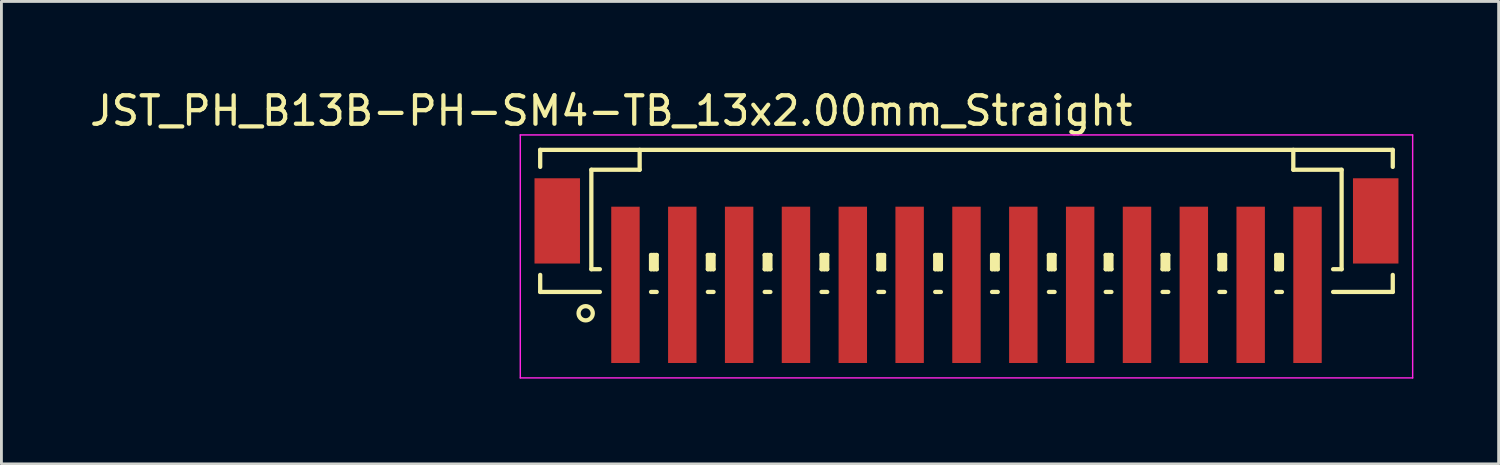
<source format=kicad_pcb>
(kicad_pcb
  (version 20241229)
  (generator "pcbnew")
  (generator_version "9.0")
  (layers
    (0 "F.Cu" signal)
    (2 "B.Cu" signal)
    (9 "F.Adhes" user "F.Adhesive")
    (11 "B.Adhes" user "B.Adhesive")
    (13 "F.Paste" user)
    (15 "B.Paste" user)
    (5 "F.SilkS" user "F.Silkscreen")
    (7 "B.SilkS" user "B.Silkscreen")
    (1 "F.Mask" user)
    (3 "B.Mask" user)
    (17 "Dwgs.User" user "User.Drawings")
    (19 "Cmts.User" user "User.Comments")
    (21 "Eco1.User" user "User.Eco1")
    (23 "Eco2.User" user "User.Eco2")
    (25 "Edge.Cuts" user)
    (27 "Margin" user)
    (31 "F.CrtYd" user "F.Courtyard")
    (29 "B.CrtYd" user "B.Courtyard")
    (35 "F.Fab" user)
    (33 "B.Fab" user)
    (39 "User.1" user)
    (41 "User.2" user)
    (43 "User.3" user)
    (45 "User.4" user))
  (footprint "JST_PH_B13B-PH-SM4-TB_13x2.00mm_Straight"
    (layer "F.Cu")
    (at 30.958 5.848)
    (property "Reference" "JST_PH_B13B-PH-SM4-TB_13x2.00mm_Straight" (at -12.5 -5 0) (layer "F.SilkS") (effects (font (size 1 1) (thickness 0.15))))
    (attr smd)
    (fp_line (start -15 -3.625) (end 15 -3.625) (stroke (width 0.15) (type solid)) (layer "F.SilkS"))
    (fp_line (start -15 -3.025) (end -15 -3.625) (stroke (width 0.15) (type solid)) (layer "F.SilkS"))
    (fp_line (start -15 0.775) (end -15 1.375) (stroke (width 0.15) (type solid)) (layer "F.SilkS"))
    (fp_line (start -15 1.375) (end -12.9 1.375) (stroke (width 0.15) (type solid)) (layer "F.SilkS"))
    (fp_line (start -13.2 -2.925) (end -13.2 0.575) (stroke (width 0.15) (type solid)) (layer "F.SilkS"))
    (fp_line (start -13.2 0.575) (end -12.9 0.575) (stroke (width 0.15) (type solid)) (layer "F.SilkS"))
    (fp_line (start -11.5 -3.625) (end -11.5 -2.925) (stroke (width 0.15) (type solid)) (layer "F.SilkS"))
    (fp_line (start -11.5 -2.925) (end -13.2 -2.925) (stroke (width 0.15) (type solid)) (layer "F.SilkS"))
    (fp_line (start -11.1 0.075) (end -10.9 0.075) (stroke (width 0.15) (type solid)) (layer "F.SilkS"))
    (fp_line (start -11.1 0.575) (end -11.1 0.075) (stroke (width 0.15) (type solid)) (layer "F.SilkS"))
    (fp_line (start -11.1 0.575) (end -10.9 0.575) (stroke (width 0.15) (type solid)) (layer "F.SilkS"))
    (fp_line (start -11.1 1.375) (end -10.9 1.375) (stroke (width 0.15) (type solid)) (layer "F.SilkS"))
    (fp_line (start -11 0.575) (end -11 0.075) (stroke (width 0.15) (type solid)) (layer "F.SilkS"))
    (fp_line (start -10.9 0.075) (end -10.9 0.575) (stroke (width 0.15) (type solid)) (layer "F.SilkS"))
    (fp_line (start -9.1 0.075) (end -8.9 0.075) (stroke (width 0.15) (type solid)) (layer "F.SilkS"))
    (fp_line (start -9.1 0.575) (end -9.1 0.075) (stroke (width 0.15) (type solid)) (layer "F.SilkS"))
    (fp_line (start -9.1 0.575) (end -8.9 0.575) (stroke (width 0.15) (type solid)) (layer "F.SilkS"))
    (fp_line (start -9.1 1.375) (end -8.9 1.375) (stroke (width 0.15) (type solid)) (layer "F.SilkS"))
    (fp_line (start -9 0.575) (end -9 0.075) (stroke (width 0.15) (type solid)) (layer "F.SilkS"))
    (fp_line (start -8.9 0.075) (end -8.9 0.575) (stroke (width 0.15) (type solid)) (layer "F.SilkS"))
    (fp_line (start -7.1 0.075) (end -6.9 0.075) (stroke (width 0.15) (type solid)) (layer "F.SilkS"))
    (fp_line (start -7.1 0.575) (end -7.1 0.075) (stroke (width 0.15) (type solid)) (layer "F.SilkS"))
    (fp_line (start -7.1 0.575) (end -6.9 0.575) (stroke (width 0.15) (type solid)) (layer "F.SilkS"))
    (fp_line (start -7.1 1.375) (end -6.9 1.375) (stroke (width 0.15) (type solid)) (layer "F.SilkS"))
    (fp_line (start -7 0.575) (end -7 0.075) (stroke (width 0.15) (type solid)) (layer "F.SilkS"))
    (fp_line (start -6.9 0.075) (end -6.9 0.575) (stroke (width 0.15) (type solid)) (layer "F.SilkS"))
    (fp_line (start -5.1 0.075) (end -4.9 0.075) (stroke (width 0.15) (type solid)) (layer "F.SilkS"))
    (fp_line (start -5.1 0.575) (end -5.1 0.075) (stroke (width 0.15) (type solid)) (layer "F.SilkS"))
    (fp_line (start -5.1 0.575) (end -4.9 0.575) (stroke (width 0.15) (type solid)) (layer "F.SilkS"))
    (fp_line (start -5.1 1.375) (end -4.9 1.375) (stroke (width 0.15) (type solid)) (layer "F.SilkS"))
    (fp_line (start -5 0.575) (end -5 0.075) (stroke (width 0.15) (type solid)) (layer "F.SilkS"))
    (fp_line (start -4.9 0.075) (end -4.9 0.575) (stroke (width 0.15) (type solid)) (layer "F.SilkS"))
    (fp_line (start -3.1 0.075) (end -2.9 0.075) (stroke (width 0.15) (type solid)) (layer "F.SilkS"))
    (fp_line (start -3.1 0.575) (end -3.1 0.075) (stroke (width 0.15) (type solid)) (layer "F.SilkS"))
    (fp_line (start -3.1 0.575) (end -2.9 0.575) (stroke (width 0.15) (type solid)) (layer "F.SilkS"))
    (fp_line (start -3.1 1.375) (end -2.9 1.375) (stroke (width 0.15) (type solid)) (layer "F.SilkS"))
    (fp_line (start -3 0.575) (end -3 0.075) (stroke (width 0.15) (type solid)) (layer "F.SilkS"))
    (fp_line (start -2.9 0.075) (end -2.9 0.575) (stroke (width 0.15) (type solid)) (layer "F.SilkS"))
    (fp_line (start -1.1 0.075) (end -0.9 0.075) (stroke (width 0.15) (type solid)) (layer "F.SilkS"))
    (fp_line (start -1.1 0.575) (end -1.1 0.075) (stroke (width 0.15) (type solid)) (layer "F.SilkS"))
    (fp_line (start -1.1 0.575) (end -0.9 0.575) (stroke (width 0.15) (type solid)) (layer "F.SilkS"))
    (fp_line (start -1.1 1.375) (end -0.9 1.375) (stroke (width 0.15) (type solid)) (layer "F.SilkS"))
    (fp_line (start -1 0.575) (end -1 0.075) (stroke (width 0.15) (type solid)) (layer "F.SilkS"))
    (fp_line (start -0.9 0.075) (end -0.9 0.575) (stroke (width 0.15) (type solid)) (layer "F.SilkS"))
    (fp_line (start 0.9 0.075) (end 1.1 0.075) (stroke (width 0.15) (type solid)) (layer "F.SilkS"))
    (fp_line (start 0.9 0.575) (end 0.9 0.075) (stroke (width 0.15) (type solid)) (layer "F.SilkS"))
    (fp_line (start 0.9 0.575) (end 1.1 0.575) (stroke (width 0.15) (type solid)) (layer "F.SilkS"))
    (fp_line (start 0.9 1.375) (end 1.1 1.375) (stroke (width 0.15) (type solid)) (layer "F.SilkS"))
    (fp_line (start 1 0.575) (end 1 0.075) (stroke (width 0.15) (type solid)) (layer "F.SilkS"))
    (fp_line (start 1.1 0.075) (end 1.1 0.575) (stroke (width 0.15) (type solid)) (layer "F.SilkS"))
    (fp_line (start 2.9 0.075) (end 3.1 0.075) (stroke (width 0.15) (type solid)) (layer "F.SilkS"))
    (fp_line (start 2.9 0.575) (end 2.9 0.075) (stroke (width 0.15) (type solid)) (layer "F.SilkS"))
    (fp_line (start 2.9 0.575) (end 3.1 0.575) (stroke (width 0.15) (type solid)) (layer "F.SilkS"))
    (fp_line (start 2.9 1.375) (end 3.1 1.375) (stroke (width 0.15) (type solid)) (layer "F.SilkS"))
    (fp_line (start 3 0.575) (end 3 0.075) (stroke (width 0.15) (type solid)) (layer "F.SilkS"))
    (fp_line (start 3.1 0.075) (end 3.1 0.575) (stroke (width 0.15) (type solid)) (layer "F.SilkS"))
    (fp_line (start 4.9 0.075) (end 5.1 0.075) (stroke (width 0.15) (type solid)) (layer "F.SilkS"))
    (fp_line (start 4.9 0.575) (end 4.9 0.075) (stroke (width 0.15) (type solid)) (layer "F.SilkS"))
    (fp_line (start 4.9 0.575) (end 5.1 0.575) (stroke (width 0.15) (type solid)) (layer "F.SilkS"))
    (fp_line (start 4.9 1.375) (end 5.1 1.375) (stroke (width 0.15) (type solid)) (layer "F.SilkS"))
    (fp_line (start 5 0.575) (end 5 0.075) (stroke (width 0.15) (type solid)) (layer "F.SilkS"))
    (fp_line (start 5.1 0.075) (end 5.1 0.575) (stroke (width 0.15) (type solid)) (layer "F.SilkS"))
    (fp_line (start 6.9 0.075) (end 7.1 0.075) (stroke (width 0.15) (type solid)) (layer "F.SilkS"))
    (fp_line (start 6.9 0.575) (end 6.9 0.075) (stroke (width 0.15) (type solid)) (layer "F.SilkS"))
    (fp_line (start 6.9 0.575) (end 7.1 0.575) (stroke (width 0.15) (type solid)) (layer "F.SilkS"))
    (fp_line (start 6.9 1.375) (end 7.1 1.375) (stroke (width 0.15) (type solid)) (layer "F.SilkS"))
    (fp_line (start 7 0.575) (end 7 0.075) (stroke (width 0.15) (type solid)) (layer "F.SilkS"))
    (fp_line (start 7.1 0.075) (end 7.1 0.575) (stroke (width 0.15) (type solid)) (layer "F.SilkS"))
    (fp_line (start 8.9 0.075) (end 9.1 0.075) (stroke (width 0.15) (type solid)) (layer "F.SilkS"))
    (fp_line (start 8.9 0.575) (end 8.9 0.075) (stroke (width 0.15) (type solid)) (layer "F.SilkS"))
    (fp_line (start 8.9 0.575) (end 9.1 0.575) (stroke (width 0.15) (type solid)) (layer "F.SilkS"))
    (fp_line (start 8.9 1.375) (end 9.1 1.375) (stroke (width 0.15) (type solid)) (layer "F.SilkS"))
    (fp_line (start 9 0.575) (end 9 0.075) (stroke (width 0.15) (type solid)) (layer "F.SilkS"))
    (fp_line (start 9.1 0.075) (end 9.1 0.575) (stroke (width 0.15) (type solid)) (layer "F.SilkS"))
    (fp_line (start 10.9 0.075) (end 11.1 0.075) (stroke (width 0.15) (type solid)) (layer "F.SilkS"))
    (fp_line (start 10.9 0.575) (end 10.9 0.075) (stroke (width 0.15) (type solid)) (layer "F.SilkS"))
    (fp_line (start 10.9 0.575) (end 11.1 0.575) (stroke (width 0.15) (type solid)) (layer "F.SilkS"))
    (fp_line (start 10.9 1.375) (end 11.1 1.375) (stroke (width 0.15) (type solid)) (layer "F.SilkS"))
    (fp_line (start 11 0.575) (end 11 0.075) (stroke (width 0.15) (type solid)) (layer "F.SilkS"))
    (fp_line (start 11.1 0.075) (end 11.1 0.575) (stroke (width 0.15) (type solid)) (layer "F.SilkS"))
    (fp_line (start 11.5 -3.625) (end 11.5 -2.925) (stroke (width 0.15) (type solid)) (layer "F.SilkS"))
    (fp_line (start 11.5 -2.925) (end 13.2 -2.925) (stroke (width 0.15) (type solid)) (layer "F.SilkS"))
    (fp_line (start 13.2 -2.925) (end 13.2 0.575) (stroke (width 0.15) (type solid)) (layer "F.SilkS"))
    (fp_line (start 13.2 0.575) (end 12.9 0.575) (stroke (width 0.15) (type solid)) (layer "F.SilkS"))
    (fp_line (start 15 -3.625) (end 15 -3.025) (stroke (width 0.15) (type solid)) (layer "F.SilkS"))
    (fp_line (start 15 0.775) (end 15 1.375) (stroke (width 0.15) (type solid)) (layer "F.SilkS"))
    (fp_line (start 15 1.375) (end 12.9 1.375) (stroke (width 0.15) (type solid)) (layer "F.SilkS"))
    (fp_circle (center -13.4 2.125) (end -13.15 2.125) (stroke (width 0.15) (type solid)) (fill no) (layer "F.SilkS"))
    (fp_line (start -15.7 -4.15) (end 15.7 -4.15) (stroke (width 0.05) (type solid)) (layer "F.CrtYd"))
    (fp_line (start -15.7 4.4) (end -15.7 -4.15) (stroke (width 0.05) (type solid)) (layer "F.CrtYd"))
    (fp_line (start 15.7 -4.15) (end 15.7 4.4) (stroke (width 0.05) (type solid)) (layer "F.CrtYd"))
    (fp_line (start 15.7 4.4) (end -15.7 4.4) (stroke (width 0.05) (type solid)) (layer "F.CrtYd"))
    (pad "" smd rect (at -14.4 -1.125) (size 1.6 3) (layers "F.Cu" "F.Mask" "F.Paste"))
    (pad "" smd rect (at 14.4 -1.125) (size 1.6 3) (layers "F.Cu" "F.Mask" "F.Paste"))
    (pad "1" smd rect (at -12 1.125) (size 1 5.5) (layers "F.Cu" "F.Mask" "F.Paste"))
    (pad "2" smd rect (at -10 1.125) (size 1 5.5) (layers "F.Cu" "F.Mask" "F.Paste"))
    (pad "3" smd rect (at -8 1.125) (size 1 5.5) (layers "F.Cu" "F.Mask" "F.Paste"))
    (pad "4" smd rect (at -6 1.125) (size 1 5.5) (layers "F.Cu" "F.Mask" "F.Paste"))
    (pad "5" smd rect (at -4 1.125) (size 1 5.5) (layers "F.Cu" "F.Mask" "F.Paste"))
    (pad "6" smd rect (at -2 1.125) (size 1 5.5) (layers "F.Cu" "F.Mask" "F.Paste"))
    (pad "7" smd rect (at 0 1.125) (size 1 5.5) (layers "F.Cu" "F.Mask" "F.Paste"))
    (pad "8" smd rect (at 2 1.125) (size 1 5.5) (layers "F.Cu" "F.Mask" "F.Paste"))
    (pad "9" smd rect (at 4 1.125) (size 1 5.5) (layers "F.Cu" "F.Mask" "F.Paste"))
    (pad "10" smd rect (at 6 1.125) (size 1 5.5) (layers "F.Cu" "F.Mask" "F.Paste"))
    (pad "11" smd rect (at 8 1.125) (size 1 5.5) (layers "F.Cu" "F.Mask" "F.Paste"))
    (pad "12" smd rect (at 10 1.125) (size 1 5.5) (layers "F.Cu" "F.Mask" "F.Paste"))
    (pad "13" smd rect (at 12 1.125) (size 1 5.5) (layers "F.Cu" "F.Mask" "F.Paste")))
  (gr_rect
    (start -3 -3)
    (end 49.683 13.273)
    (stroke (width 0.1) (type default))
    (fill no)
    (layer "Edge.Cuts")))
</source>
